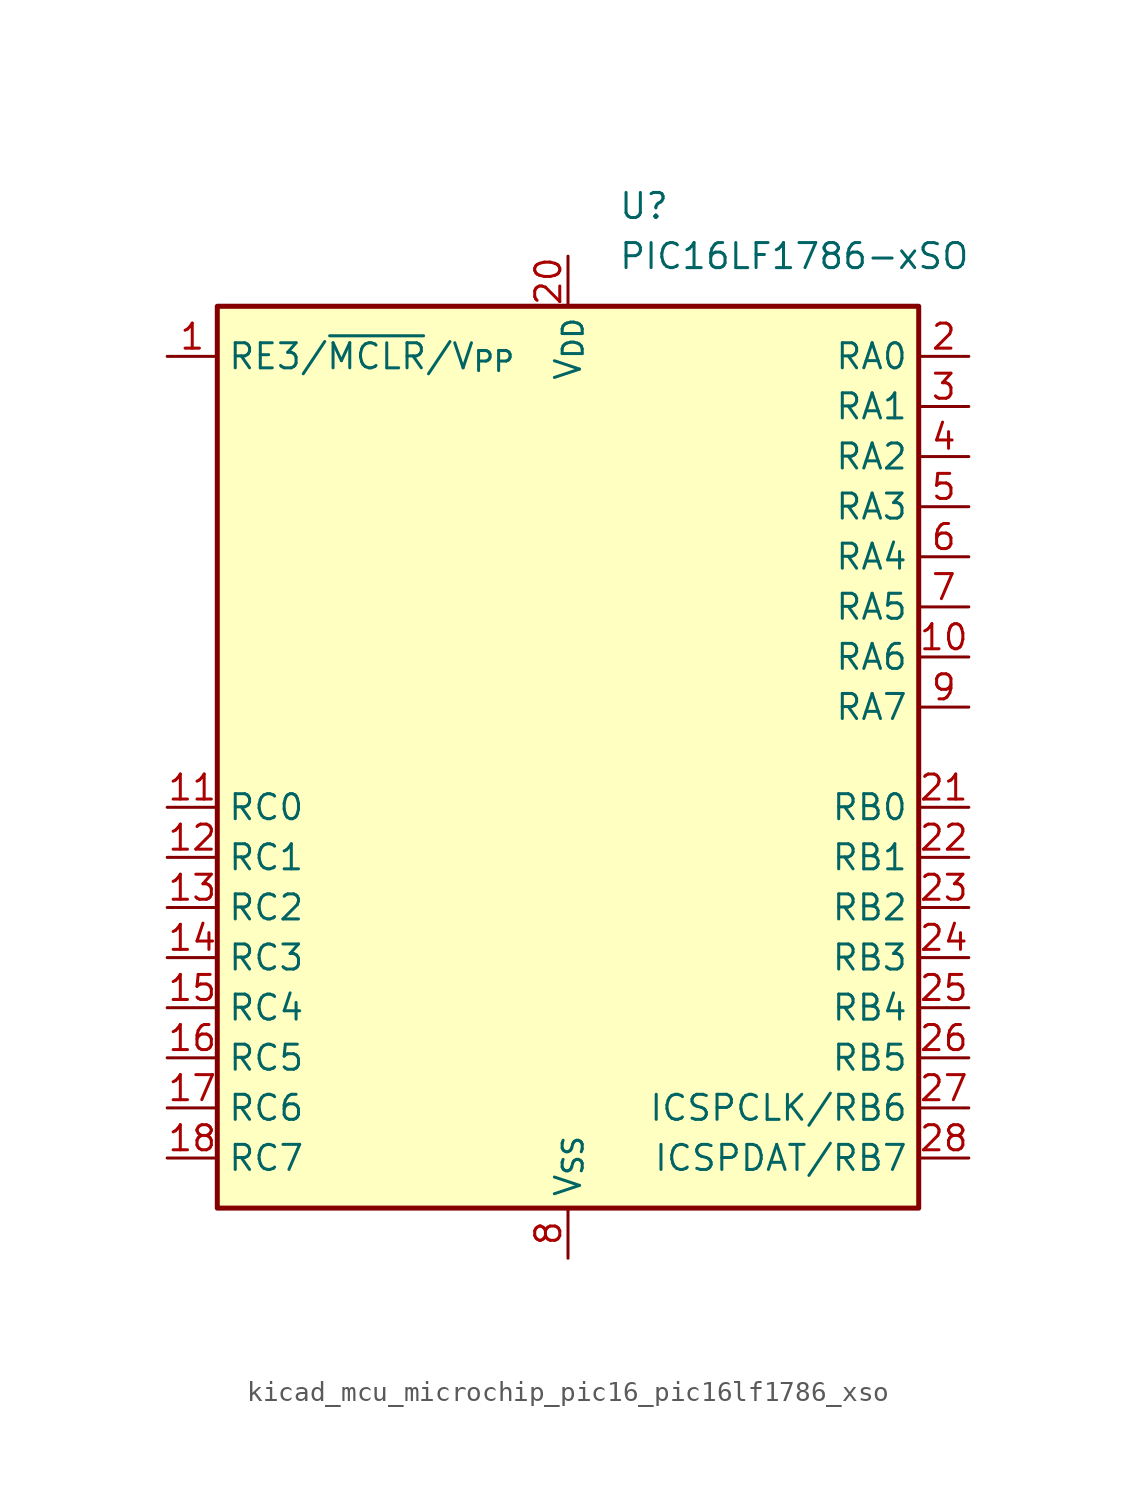
<source format=kicad_sym>
(kicad_symbol_lib
  (version 20220914)
  (generator kicad_symbol_editor)
  (symbol "kicad_mcu_microchip_pic16_pic16lf1786_xso"
    (property "Reference" "U"
      (at 2.54 27.94 0)
      (effects (font (size 1.27 1.27)) (justify left)))
    (property "Value" "PIC16LF1786-xSO"
      (at 2.54 25.4 0)
      (effects (font (size 1.27 1.27)) (justify left)))
    (symbol "kicad_mcu_microchip_pic16_pic16lf1786_xso_0_1"
      (rectangle (start -17.78 -22.86) (end 17.78 22.86) (stroke (width 0.254) (type default)) (fill (type background))))
    (symbol "kicad_mcu_microchip_pic16_pic16lf1786_xso_1_1"
      (pin input line (at -20.32 20.32 0) (length 2.54) (name "RE3/~{MCLR}/V_{PP}" (effects (font (size 1.27 1.27)))) (number "1" (effects (font (size 1.27 1.27)))))
      (pin bidirectional line (at 20.32 5.08 180) (length 2.54) (name "RA6" (effects (font (size 1.27 1.27)))) (number "10" (effects (font (size 1.27 1.27)))))
      (pin bidirectional line (at -20.32 -2.54 0) (length 2.54) (name "RC0" (effects (font (size 1.27 1.27)))) (number "11" (effects (font (size 1.27 1.27)))))
      (pin bidirectional line (at -20.32 -5.08 0) (length 2.54) (name "RC1" (effects (font (size 1.27 1.27)))) (number "12" (effects (font (size 1.27 1.27)))))
      (pin bidirectional line (at -20.32 -7.62 0) (length 2.54) (name "RC2" (effects (font (size 1.27 1.27)))) (number "13" (effects (font (size 1.27 1.27)))))
      (pin bidirectional line (at -20.32 -10.16 0) (length 2.54) (name "RC3" (effects (font (size 1.27 1.27)))) (number "14" (effects (font (size 1.27 1.27)))))
      (pin bidirectional line (at -20.32 -12.7 0) (length 2.54) (name "RC4" (effects (font (size 1.27 1.27)))) (number "15" (effects (font (size 1.27 1.27)))))
      (pin bidirectional line (at -20.32 -15.24 0) (length 2.54) (name "RC5" (effects (font (size 1.27 1.27)))) (number "16" (effects (font (size 1.27 1.27)))))
      (pin bidirectional line (at -20.32 -17.78 0) (length 2.54) (name "RC6" (effects (font (size 1.27 1.27)))) (number "17" (effects (font (size 1.27 1.27)))))
      (pin bidirectional line (at -20.32 -20.32 0) (length 2.54) (name "RC7" (effects (font (size 1.27 1.27)))) (number "18" (effects (font (size 1.27 1.27)))))
      (pin passive line (at 0 -25.4 90) (length 2.54) hide (name "V_{SS}" (effects (font (size 1.27 1.27)))) (number "19" (effects (font (size 1.27 1.27)))))
      (pin bidirectional line (at 20.32 20.32 180) (length 2.54) (name "RA0" (effects (font (size 1.27 1.27)))) (number "2" (effects (font (size 1.27 1.27)))))
      (pin power_in line (at 0 25.4 270) (length 2.54) (name "V_{DD}" (effects (font (size 1.27 1.27)))) (number "20" (effects (font (size 1.27 1.27)))))
      (pin bidirectional line (at 20.32 -2.54 180) (length 2.54) (name "RB0" (effects (font (size 1.27 1.27)))) (number "21" (effects (font (size 1.27 1.27)))))
      (pin bidirectional line (at 20.32 -5.08 180) (length 2.54) (name "RB1" (effects (font (size 1.27 1.27)))) (number "22" (effects (font (size 1.27 1.27)))))
      (pin bidirectional line (at 20.32 -7.62 180) (length 2.54) (name "RB2" (effects (font (size 1.27 1.27)))) (number "23" (effects (font (size 1.27 1.27)))))
      (pin bidirectional line (at 20.32 -10.16 180) (length 2.54) (name "RB3" (effects (font (size 1.27 1.27)))) (number "24" (effects (font (size 1.27 1.27)))))
      (pin bidirectional line (at 20.32 -12.7 180) (length 2.54) (name "RB4" (effects (font (size 1.27 1.27)))) (number "25" (effects (font (size 1.27 1.27)))))
      (pin bidirectional line (at 20.32 -15.24 180) (length 2.54) (name "RB5" (effects (font (size 1.27 1.27)))) (number "26" (effects (font (size 1.27 1.27)))))
      (pin bidirectional line (at 20.32 -17.78 180) (length 2.54) (name "ICSPCLK/RB6" (effects (font (size 1.27 1.27)))) (number "27" (effects (font (size 1.27 1.27)))))
      (pin bidirectional line (at 20.32 -20.32 180) (length 2.54) (name "ICSPDAT/RB7" (effects (font (size 1.27 1.27)))) (number "28" (effects (font (size 1.27 1.27)))))
      (pin bidirectional line (at 20.32 17.78 180) (length 2.54) (name "RA1" (effects (font (size 1.27 1.27)))) (number "3" (effects (font (size 1.27 1.27)))))
      (pin bidirectional line (at 20.32 15.24 180) (length 2.54) (name "RA2" (effects (font (size 1.27 1.27)))) (number "4" (effects (font (size 1.27 1.27)))))
      (pin bidirectional line (at 20.32 12.7 180) (length 2.54) (name "RA3" (effects (font (size 1.27 1.27)))) (number "5" (effects (font (size 1.27 1.27)))))
      (pin bidirectional line (at 20.32 10.16 180) (length 2.54) (name "RA4" (effects (font (size 1.27 1.27)))) (number "6" (effects (font (size 1.27 1.27)))))
      (pin bidirectional line (at 20.32 7.62 180) (length 2.54) (name "RA5" (effects (font (size 1.27 1.27)))) (number "7" (effects (font (size 1.27 1.27)))))
      (pin power_in line (at 0 -25.4 90) (length 2.54) (name "V_{SS}" (effects (font (size 1.27 1.27)))) (number "8" (effects (font (size 1.27 1.27)))))
      (pin bidirectional line (at 20.32 2.54 180) (length 2.54) (name "RA7" (effects (font (size 1.27 1.27)))) (number "9" (effects (font (size 1.27 1.27))))))))
</source>
